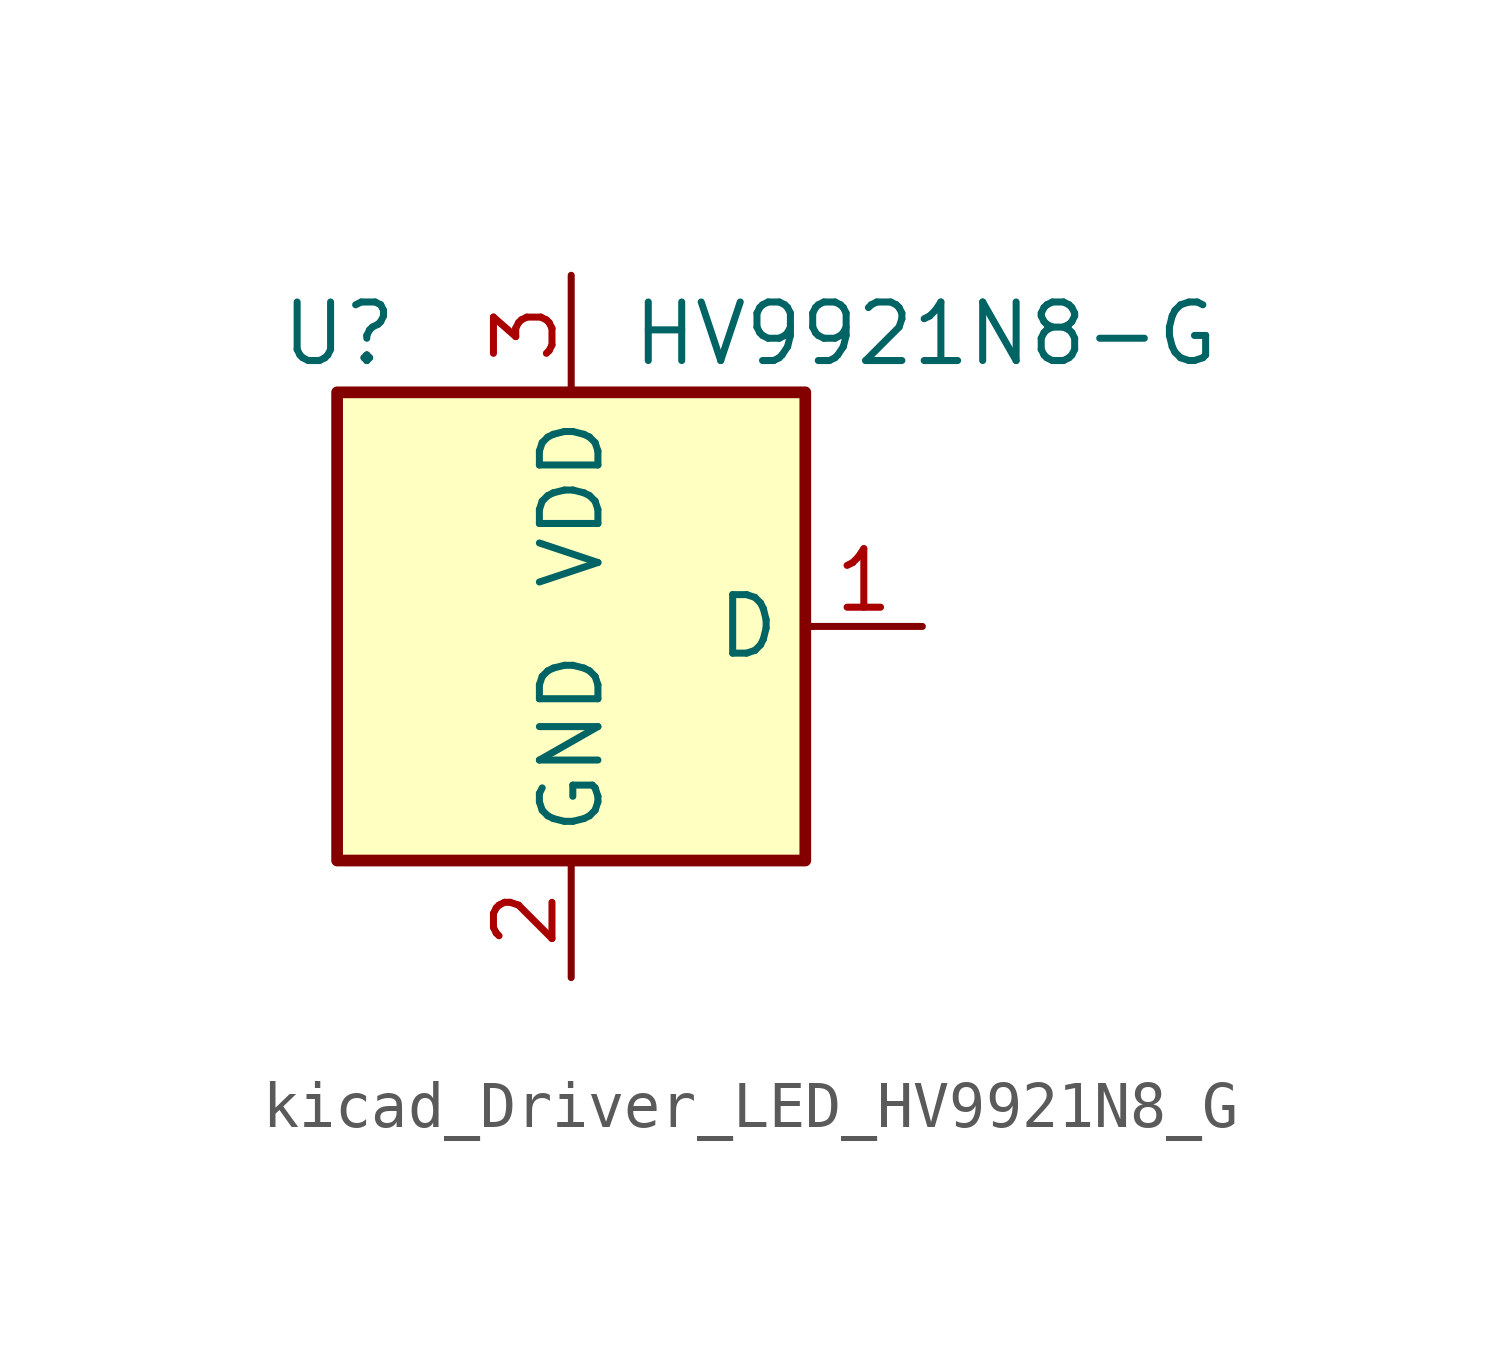
<source format=kicad_sym>
(kicad_symbol_lib
  (version 20220914)
  (generator kicad_symbol_editor)
  (symbol "kicad_Driver_LED_HV9921N8_G"
    (property "Reference" "U"
      (at -6.35 6.35 0)
      (effects (font (size 1.27 1.27)) (justify left)))
    (property "Value" "HV9921N8-G"
      (at 1.27 6.35 0)
      (effects (font (size 1.27 1.27)) (justify left)))
    (symbol "kicad_Driver_LED_HV9921N8_G_0_1"
      (rectangle (start -5.08 5.08) (end 5.08 -5.08) (stroke (width 0.254) (type default)) (fill (type background))))
    (symbol "kicad_Driver_LED_HV9921N8_G_1_1"
      (pin passive line (at 7.62 0 180) (length 2.54) (name "D" (effects (font (size 1.27 1.27)))) (number "1" (effects (font (size 1.27 1.27)))))
      (pin power_in line (at 0 -7.62 90) (length 2.54) (name "GND" (effects (font (size 1.27 1.27)))) (number "2" (effects (font (size 1.27 1.27)))))
      (pin output line (at 0 7.62 270) (length 2.54) (name "VDD" (effects (font (size 1.27 1.27)))) (number "3" (effects (font (size 1.27 1.27))))))))
</source>
